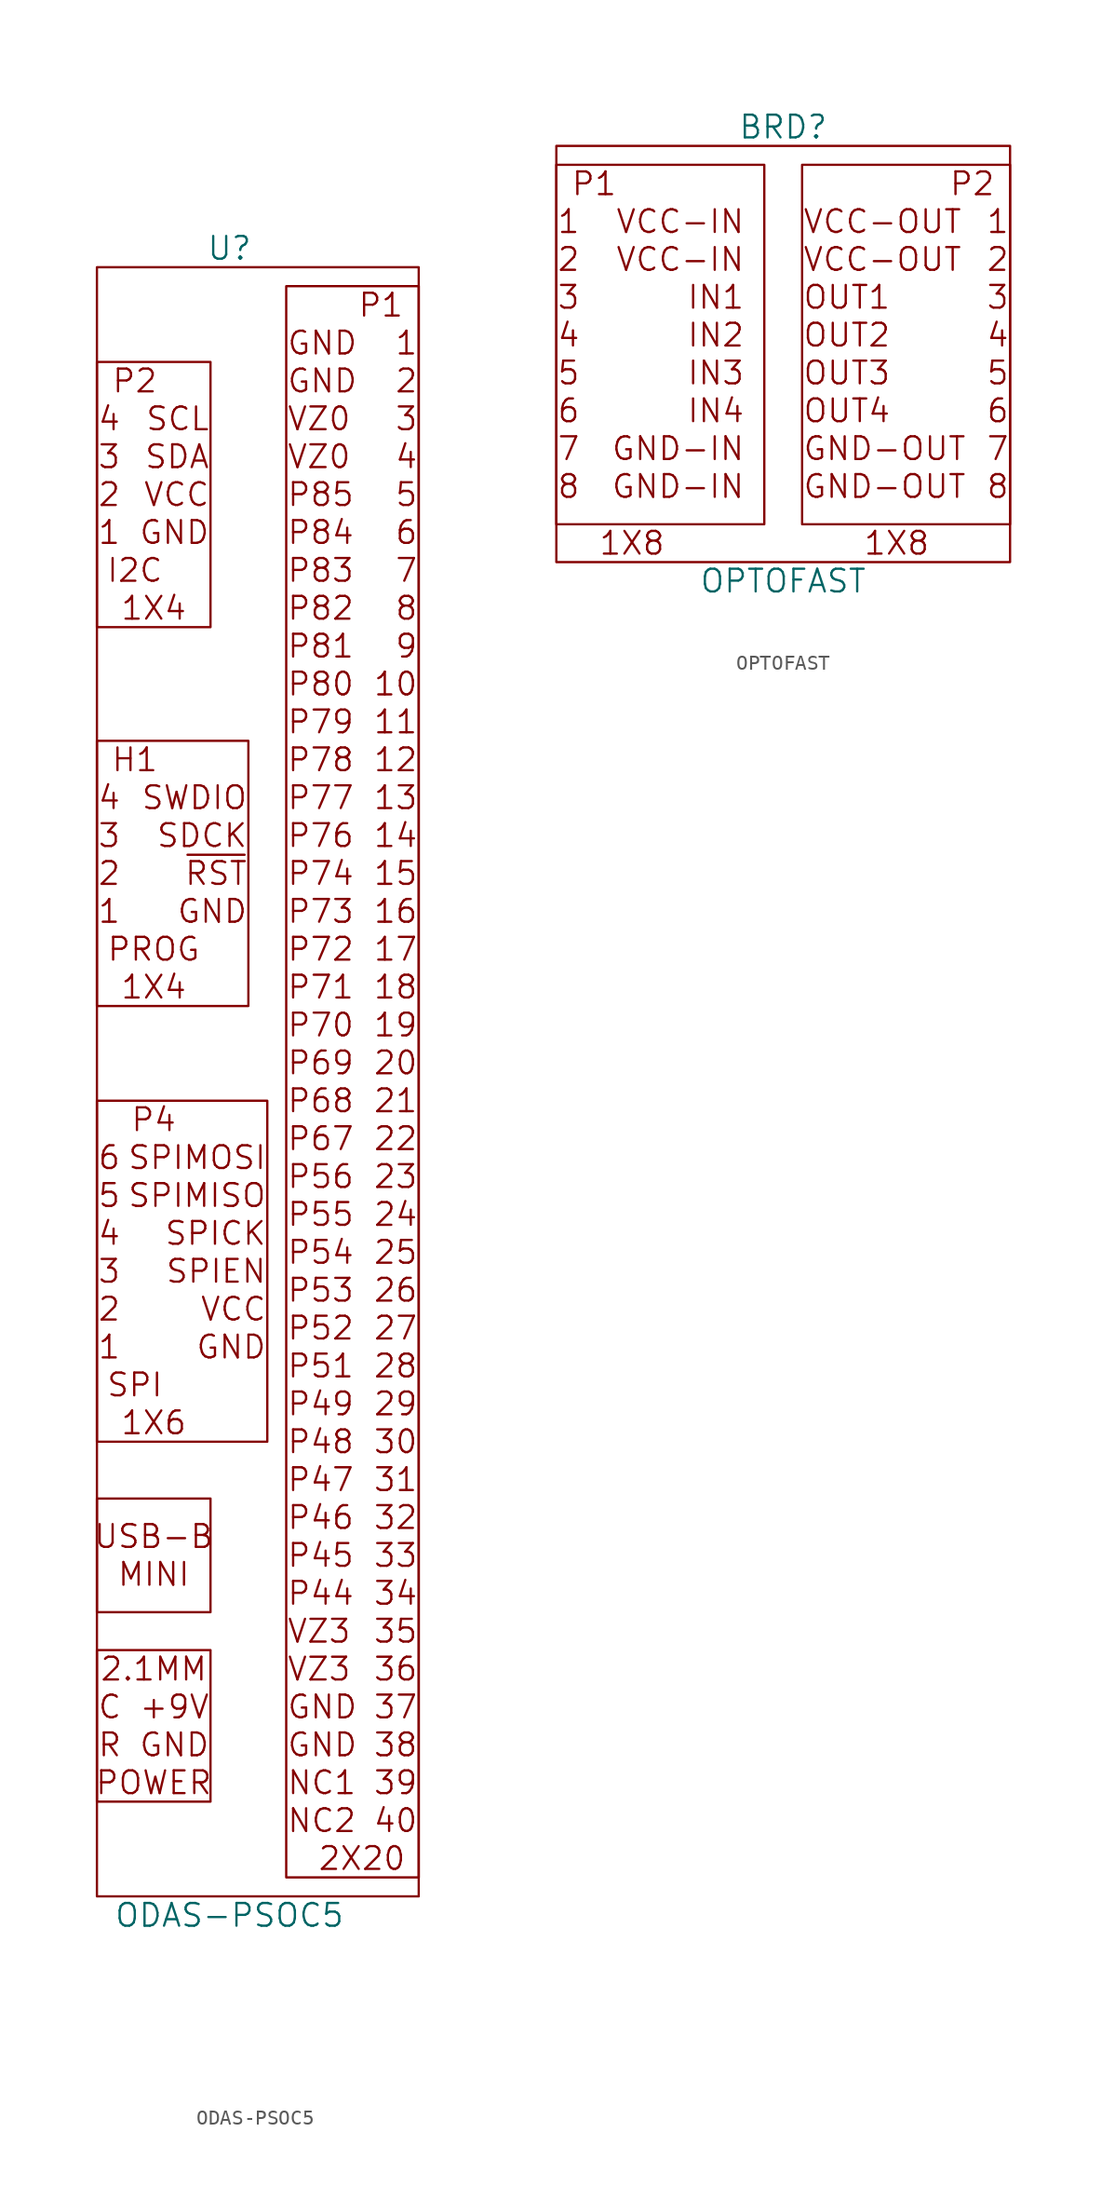
<source format=kicad_sym>
(kicad_symbol_lib
  (version 20220914)
  (generator kicad_symbol_editor)
  (symbol "ODAS-PSOC5"
    (pin_names
      (offset 1.016))
    (property "Reference" "U"
      (at 0 55.88 0)
      (effects (font (size 1.524 1.524))))
    (property "Value" "ODAS-PSOC5"
      (at 0 -55.88 0)
      (effects (font (size 1.524 1.524))))
    (property "Footprint" ""
      (at 3.81 -3.81 0)
      (effects (font (size 1.524 1.524))))
    (property "Datasheet" ""
      (at 3.81 -3.81 0)
      (effects (font (size 1.524 1.524))))
    (symbol "ODAS-PSOC5_0_0"
      (rectangle (start -8.89 -38.1) (end -1.27 -48.26) (stroke (width 0) (type default)) (fill (type none)))
      (rectangle (start -8.89 -27.94) (end -1.27 -35.56) (stroke (width 0) (type default)) (fill (type none)))
      (text "+9V" (at -1.27 -41.91 0) (effects (font (size 1.524 1.524)) (justify right)))
      (text "1" (at -8.89 -17.78 0) (effects (font (size 1.524 1.524)) (justify left)))
      (text "1" (at -8.89 11.43 0) (effects (font (size 1.524 1.524)) (justify left)))
      (text "1" (at -8.89 36.83 0) (effects (font (size 1.524 1.524)) (justify left)))
      (text "1" (at 12.7 49.53 0) (effects (font (size 1.524 1.524)) (justify right)))
      (text "10" (at 12.7 26.67 0) (effects (font (size 1.524 1.524)) (justify right)))
      (text "11" (at 12.7 24.13 0) (effects (font (size 1.524 1.524)) (justify right)))
      (text "12" (at 12.7 21.59 0) (effects (font (size 1.524 1.524)) (justify right)))
      (text "13" (at 12.7 19.05 0) (effects (font (size 1.524 1.524)) (justify right)))
      (text "14" (at 12.7 16.51 0) (effects (font (size 1.524 1.524)) (justify right)))
      (text "15" (at 12.7 13.97 0) (effects (font (size 1.524 1.524)) (justify right)))
      (text "16" (at 12.7 11.43 0) (effects (font (size 1.524 1.524)) (justify right)))
      (text "17" (at 12.7 8.89 0) (effects (font (size 1.524 1.524)) (justify right)))
      (text "18" (at 12.7 6.35 0) (effects (font (size 1.524 1.524)) (justify right)))
      (text "19" (at 12.7 3.81 0) (effects (font (size 1.524 1.524)) (justify right)))
      (text "1X4" (at -5.08 6.35 0) (effects (font (size 1.524 1.524))))
      (text "1X4" (at -5.08 31.75 0) (effects (font (size 1.524 1.524))))
      (text "1X6" (at -5.08 -22.86 0) (effects (font (size 1.524 1.524))))
      (text "2" (at -8.89 -15.24 0) (effects (font (size 1.524 1.524)) (justify left)))
      (text "2" (at -8.89 13.97 0) (effects (font (size 1.524 1.524)) (justify left)))
      (text "2" (at -8.89 39.37 0) (effects (font (size 1.524 1.524)) (justify left)))
      (text "2" (at 12.7 46.99 0) (effects (font (size 1.524 1.524)) (justify right)))
      (text "2.1MM" (at -5.08 -39.37 0) (effects (font (size 1.524 1.524))))
      (text "20" (at 12.7 1.27 0) (effects (font (size 1.524 1.524)) (justify right)))
      (text "21" (at 12.7 -1.27 0) (effects (font (size 1.524 1.524)) (justify right)))
      (text "22" (at 12.7 -3.81 0) (effects (font (size 1.524 1.524)) (justify right)))
      (text "23" (at 12.7 -6.35 0) (effects (font (size 1.524 1.524)) (justify right)))
      (text "24" (at 12.7 -8.89 0) (effects (font (size 1.524 1.524)) (justify right)))
      (text "25" (at 12.7 -11.43 0) (effects (font (size 1.524 1.524)) (justify right)))
      (text "26" (at 12.7 -13.97 0) (effects (font (size 1.524 1.524)) (justify right)))
      (text "27" (at 12.7 -16.51 0) (effects (font (size 1.524 1.524)) (justify right)))
      (text "28" (at 12.7 -19.05 0) (effects (font (size 1.524 1.524)) (justify right)))
      (text "29" (at 12.7 -21.59 0) (effects (font (size 1.524 1.524)) (justify right)))
      (text "2X20" (at 8.89 -52.07 0) (effects (font (size 1.524 1.524))))
      (text "3" (at -8.89 -12.7 0) (effects (font (size 1.524 1.524)) (justify left)))
      (text "3" (at -8.89 16.51 0) (effects (font (size 1.524 1.524)) (justify left)))
      (text "3" (at -8.89 41.91 0) (effects (font (size 1.524 1.524)) (justify left)))
      (text "3" (at 12.7 44.45 0) (effects (font (size 1.524 1.524)) (justify right)))
      (text "30" (at 12.7 -24.13 0) (effects (font (size 1.524 1.524)) (justify right)))
      (text "31" (at 12.7 -26.67 0) (effects (font (size 1.524 1.524)) (justify right)))
      (text "32" (at 12.7 -29.21 0) (effects (font (size 1.524 1.524)) (justify right)))
      (text "33" (at 12.7 -31.75 0) (effects (font (size 1.524 1.524)) (justify right)))
      (text "34" (at 12.7 -34.29 0) (effects (font (size 1.524 1.524)) (justify right)))
      (text "35" (at 12.7 -36.83 0) (effects (font (size 1.524 1.524)) (justify right)))
      (text "36" (at 12.7 -39.37 0) (effects (font (size 1.524 1.524)) (justify right)))
      (text "37" (at 12.7 -41.91 0) (effects (font (size 1.524 1.524)) (justify right)))
      (text "38" (at 12.7 -44.45 0) (effects (font (size 1.524 1.524)) (justify right)))
      (text "39" (at 12.7 -46.99 0) (effects (font (size 1.524 1.524)) (justify right)))
      (text "4" (at -8.89 -10.16 0) (effects (font (size 1.524 1.524)) (justify left)))
      (text "4" (at -8.89 19.05 0) (effects (font (size 1.524 1.524)) (justify left)))
      (text "4" (at -8.89 44.45 0) (effects (font (size 1.524 1.524)) (justify left)))
      (text "4" (at 12.7 41.91 0) (effects (font (size 1.524 1.524)) (justify right)))
      (text "40" (at 12.7 -49.53 0) (effects (font (size 1.524 1.524)) (justify right)))
      (text "5" (at -8.89 -7.62 0) (effects (font (size 1.524 1.524)) (justify left)))
      (text "5" (at 12.7 39.37 0) (effects (font (size 1.524 1.524)) (justify right)))
      (text "6" (at -8.89 -5.08 0) (effects (font (size 1.524 1.524)) (justify left)))
      (text "6" (at 12.7 36.83 0) (effects (font (size 1.524 1.524)) (justify right)))
      (text "7" (at 12.7 34.29 0) (effects (font (size 1.524 1.524)) (justify right)))
      (text "8" (at 12.7 31.75 0) (effects (font (size 1.524 1.524)) (justify right)))
      (text "9" (at 12.7 29.21 0) (effects (font (size 1.524 1.524)) (justify right)))
      (text "C" (at -8.89 -41.91 0) (effects (font (size 1.524 1.524)) (justify left)))
      (text "GND" (at -1.27 -44.45 0) (effects (font (size 1.524 1.524)) (justify right)))
      (text "GND" (at -1.27 36.83 0) (effects (font (size 1.524 1.524)) (justify right)))
      (text "GND" (at 1.27 11.43 0) (effects (font (size 1.524 1.524)) (justify right)))
      (text "GND" (at 2.54 -17.78 0) (effects (font (size 1.524 1.524)) (justify right)))
      (text "GND" (at 3.81 -44.45 0) (effects (font (size 1.524 1.524)) (justify left)))
      (text "GND" (at 3.81 -41.91 0) (effects (font (size 1.524 1.524)) (justify left)))
      (text "GND" (at 3.81 46.99 0) (effects (font (size 1.524 1.524)) (justify left)))
      (text "GND" (at 3.81 49.53 0) (effects (font (size 1.524 1.524)) (justify left)))
      (text "H1" (at -6.35 21.59 0) (effects (font (size 1.524 1.524))))
      (text "I2C" (at -6.35 34.29 0) (effects (font (size 1.524 1.524))))
      (text "MINI" (at -5.08 -33.02 0) (effects (font (size 1.524 1.524))))
      (text "NC1" (at 3.81 -46.99 0) (effects (font (size 1.524 1.524)) (justify left)))
      (text "NC2" (at 3.81 -49.53 0) (effects (font (size 1.524 1.524)) (justify left)))
      (text "P1" (at 10.16 52.07 0) (effects (font (size 1.524 1.524))))
      (text "P2" (at -6.35 46.99 0) (effects (font (size 1.524 1.524))))
      (text "P4" (at -5.08 -2.54 0) (effects (font (size 1.524 1.524))))
      (text "P44" (at 3.81 -34.29 0) (effects (font (size 1.524 1.524)) (justify left)))
      (text "P45" (at 3.81 -31.75 0) (effects (font (size 1.524 1.524)) (justify left)))
      (text "P46" (at 3.81 -29.21 0) (effects (font (size 1.524 1.524)) (justify left)))
      (text "P47" (at 3.81 -26.67 0) (effects (font (size 1.524 1.524)) (justify left)))
      (text "P48" (at 3.81 -24.13 0) (effects (font (size 1.524 1.524)) (justify left)))
      (text "P49" (at 3.81 -21.59 0) (effects (font (size 1.524 1.524)) (justify left)))
      (text "P51" (at 3.81 -19.05 0) (effects (font (size 1.524 1.524)) (justify left)))
      (text "P52" (at 3.81 -16.51 0) (effects (font (size 1.524 1.524)) (justify left)))
      (text "P53" (at 3.81 -13.97 0) (effects (font (size 1.524 1.524)) (justify left)))
      (text "P54" (at 3.81 -11.43 0) (effects (font (size 1.524 1.524)) (justify left)))
      (text "P55" (at 3.81 -8.89 0) (effects (font (size 1.524 1.524)) (justify left)))
      (text "P56" (at 3.81 -6.35 0) (effects (font (size 1.524 1.524)) (justify left)))
      (text "P67" (at 3.81 -3.81 0) (effects (font (size 1.524 1.524)) (justify left)))
      (text "P68" (at 3.81 -1.27 0) (effects (font (size 1.524 1.524)) (justify left)))
      (text "P69" (at 3.81 1.27 0) (effects (font (size 1.524 1.524)) (justify left)))
      (text "P70" (at 3.81 3.81 0) (effects (font (size 1.524 1.524)) (justify left)))
      (text "P71" (at 3.81 6.35 0) (effects (font (size 1.524 1.524)) (justify left)))
      (text "P72" (at 3.81 8.89 0) (effects (font (size 1.524 1.524)) (justify left)))
      (text "P73" (at 3.81 11.43 0) (effects (font (size 1.524 1.524)) (justify left)))
      (text "P74" (at 3.81 13.97 0) (effects (font (size 1.524 1.524)) (justify left)))
      (text "P76" (at 3.81 16.51 0) (effects (font (size 1.524 1.524)) (justify left)))
      (text "P77" (at 3.81 19.05 0) (effects (font (size 1.524 1.524)) (justify left)))
      (text "P78" (at 3.81 21.59 0) (effects (font (size 1.524 1.524)) (justify left)))
      (text "P79" (at 3.81 24.13 0) (effects (font (size 1.524 1.524)) (justify left)))
      (text "P80" (at 3.81 26.67 0) (effects (font (size 1.524 1.524)) (justify left)))
      (text "P81" (at 3.81 29.21 0) (effects (font (size 1.524 1.524)) (justify left)))
      (text "P82" (at 3.81 31.75 0) (effects (font (size 1.524 1.524)) (justify left)))
      (text "P83" (at 3.81 34.29 0) (effects (font (size 1.524 1.524)) (justify left)))
      (text "P84" (at 3.81 36.83 0) (effects (font (size 1.524 1.524)) (justify left)))
      (text "P85" (at 3.81 39.37 0) (effects (font (size 1.524 1.524)) (justify left)))
      (text "POWER" (at -5.08 -46.99 0) (effects (font (size 1.524 1.524))))
      (text "PROG" (at -5.08 8.89 0) (effects (font (size 1.524 1.524))))
      (text "R" (at -8.89 -44.45 0) (effects (font (size 1.524 1.524)) (justify left)))
      (text "SCL" (at -1.27 44.45 0) (effects (font (size 1.524 1.524)) (justify right)))
      (text "SDA" (at -1.27 41.91 0) (effects (font (size 1.524 1.524)) (justify right)))
      (text "SDCK" (at 1.27 16.51 0) (effects (font (size 1.524 1.524)) (justify right)))
      (text "SPI" (at -6.35 -20.32 0) (effects (font (size 1.524 1.524))))
      (text "SPICK" (at 2.54 -10.16 0) (effects (font (size 1.524 1.524)) (justify right)))
      (text "SPIEN" (at 2.54 -12.7 0) (effects (font (size 1.524 1.524)) (justify right)))
      (text "SPIMISO" (at 2.54 -7.62 0) (effects (font (size 1.524 1.524)) (justify right)))
      (text "SPIMOSI" (at 2.54 -5.08 0) (effects (font (size 1.524 1.524)) (justify right)))
      (text "SWDIO" (at 1.27 19.05 0) (effects (font (size 1.524 1.524)) (justify right)))
      (text "USB-B" (at -5.08 -30.48 0) (effects (font (size 1.524 1.524))))
      (text "VCC" (at -1.27 39.37 0) (effects (font (size 1.524 1.524)) (justify right)))
      (text "VCC" (at 2.54 -15.24 0) (effects (font (size 1.524 1.524)) (justify right)))
      (text "VZ0" (at 3.81 41.91 0) (effects (font (size 1.524 1.524)) (justify left)))
      (text "VZ0" (at 3.81 44.45 0) (effects (font (size 1.524 1.524)) (justify left)))
      (text "VZ3" (at 3.81 -39.37 0) (effects (font (size 1.524 1.524)) (justify left)))
      (text "VZ3" (at 3.81 -36.83 0) (effects (font (size 1.524 1.524)) (justify left)))
      (text "~{RST}" (at 1.27 13.97 0) (effects (font (size 1.524 1.524)) (justify right))))
    (symbol "ODAS-PSOC5_0_1"
      (rectangle (start -8.89 -54.61) (end 12.7 54.61) (stroke (width 0) (type default)) (fill (type none)))
      (rectangle (start -8.89 -24.13) (end 2.54 -1.27) (stroke (width 0) (type default)) (fill (type none)))
      (rectangle (start -8.89 22.86) (end 1.27 5.08) (stroke (width 0) (type default)) (fill (type none)))
      (rectangle (start -8.89 30.48) (end -1.27 48.26) (stroke (width 0) (type default)) (fill (type none)))
      (rectangle (start 12.7 53.34) (end 3.81 -53.34) (stroke (width 0) (type default)) (fill (type none)))))
  (symbol "OPTOFAST"
    (pin_names
      (offset 1.016))
    (property "Reference" "BRD"
      (at 0 13.97 0)
      (effects (font (size 1.524 1.524))))
    (property "Value" "OPTOFAST"
      (at 0 -16.51 0)
      (effects (font (size 1.524 1.524))))
    (property "Footprint" ""
      (at 0 -12.7 0)
      (effects (font (size 1.524 1.524))))
    (property "Datasheet" ""
      (at 0 -12.7 0)
      (effects (font (size 1.524 1.524))))
    (symbol "OPTOFAST_0_0"
      (rectangle (start -15.24 -15.24) (end 15.24 12.7) (stroke (width 0) (type default)) (fill (type none)))
      (text "1" (at -15.24 7.62 0) (effects (font (size 1.524 1.524)) (justify left)))
      (text "1" (at 15.24 7.62 0) (effects (font (size 1.524 1.524)) (justify right)))
      (text "1X8" (at -10.16 -13.97 0) (effects (font (size 1.524 1.524))))
      (text "1X8" (at 7.62 -13.97 0) (effects (font (size 1.524 1.524))))
      (text "2" (at -15.24 5.08 0) (effects (font (size 1.524 1.524)) (justify left)))
      (text "2" (at 15.24 5.08 0) (effects (font (size 1.524 1.524)) (justify right)))
      (text "3" (at -15.24 2.54 0) (effects (font (size 1.524 1.524)) (justify left)))
      (text "3" (at 15.24 2.54 0) (effects (font (size 1.524 1.524)) (justify right)))
      (text "4" (at -15.24 0 0) (effects (font (size 1.524 1.524)) (justify left)))
      (text "4" (at 15.24 0 0) (effects (font (size 1.524 1.524)) (justify right)))
      (text "5" (at -15.24 -2.54 0) (effects (font (size 1.524 1.524)) (justify left)))
      (text "5" (at 15.24 -2.54 0) (effects (font (size 1.524 1.524)) (justify right)))
      (text "6" (at -15.24 -5.08 0) (effects (font (size 1.524 1.524)) (justify left)))
      (text "6" (at 15.24 -5.08 0) (effects (font (size 1.524 1.524)) (justify right)))
      (text "7" (at -15.24 -7.62 0) (effects (font (size 1.524 1.524)) (justify left)))
      (text "7" (at 15.24 -7.62 0) (effects (font (size 1.524 1.524)) (justify right)))
      (text "8" (at -15.24 -10.16 0) (effects (font (size 1.524 1.524)) (justify left)))
      (text "8" (at 15.24 -10.16 0) (effects (font (size 1.524 1.524)) (justify right)))
      (text "GND-IN" (at -2.54 -10.16 0) (effects (font (size 1.524 1.524)) (justify right)))
      (text "GND-IN" (at -2.54 -7.62 0) (effects (font (size 1.524 1.524)) (justify right)))
      (text "GND-OUT" (at 1.27 -10.16 0) (effects (font (size 1.524 1.524)) (justify left)))
      (text "GND-OUT" (at 1.27 -7.62 0) (effects (font (size 1.524 1.524)) (justify left)))
      (text "IN1" (at -2.54 2.54 0) (effects (font (size 1.524 1.524)) (justify right)))
      (text "IN2" (at -2.54 0 0) (effects (font (size 1.524 1.524)) (justify right)))
      (text "IN3" (at -2.54 -2.54 0) (effects (font (size 1.524 1.524)) (justify right)))
      (text "IN4" (at -2.54 -5.08 0) (effects (font (size 1.524 1.524)) (justify right)))
      (text "OUT1" (at 1.27 2.54 0) (effects (font (size 1.524 1.524)) (justify left)))
      (text "OUT2" (at 1.27 0 0) (effects (font (size 1.524 1.524)) (justify left)))
      (text "OUT3" (at 1.27 -2.54 0) (effects (font (size 1.524 1.524)) (justify left)))
      (text "OUT4" (at 1.27 -5.08 0) (effects (font (size 1.524 1.524)) (justify left)))
      (text "P1" (at -12.7 10.16 0) (effects (font (size 1.524 1.524))))
      (text "P2" (at 12.7 10.16 0) (effects (font (size 1.524 1.524))))
      (text "VCC-IN" (at -2.54 5.08 0) (effects (font (size 1.524 1.524)) (justify right)))
      (text "VCC-IN" (at -2.54 7.62 0) (effects (font (size 1.524 1.524)) (justify right)))
      (text "VCC-OUT" (at 1.27 5.08 0) (effects (font (size 1.524 1.524)) (justify left)))
      (text "VCC-OUT" (at 1.27 7.62 0) (effects (font (size 1.524 1.524)) (justify left))))
    (symbol "OPTOFAST_0_1"
      (rectangle (start -15.24 11.43) (end -1.27 -12.7) (stroke (width 0) (type default)) (fill (type none)))
      (rectangle (start 15.24 11.43) (end 1.27 -12.7) (stroke (width 0) (type default)) (fill (type none))))))
</source>
